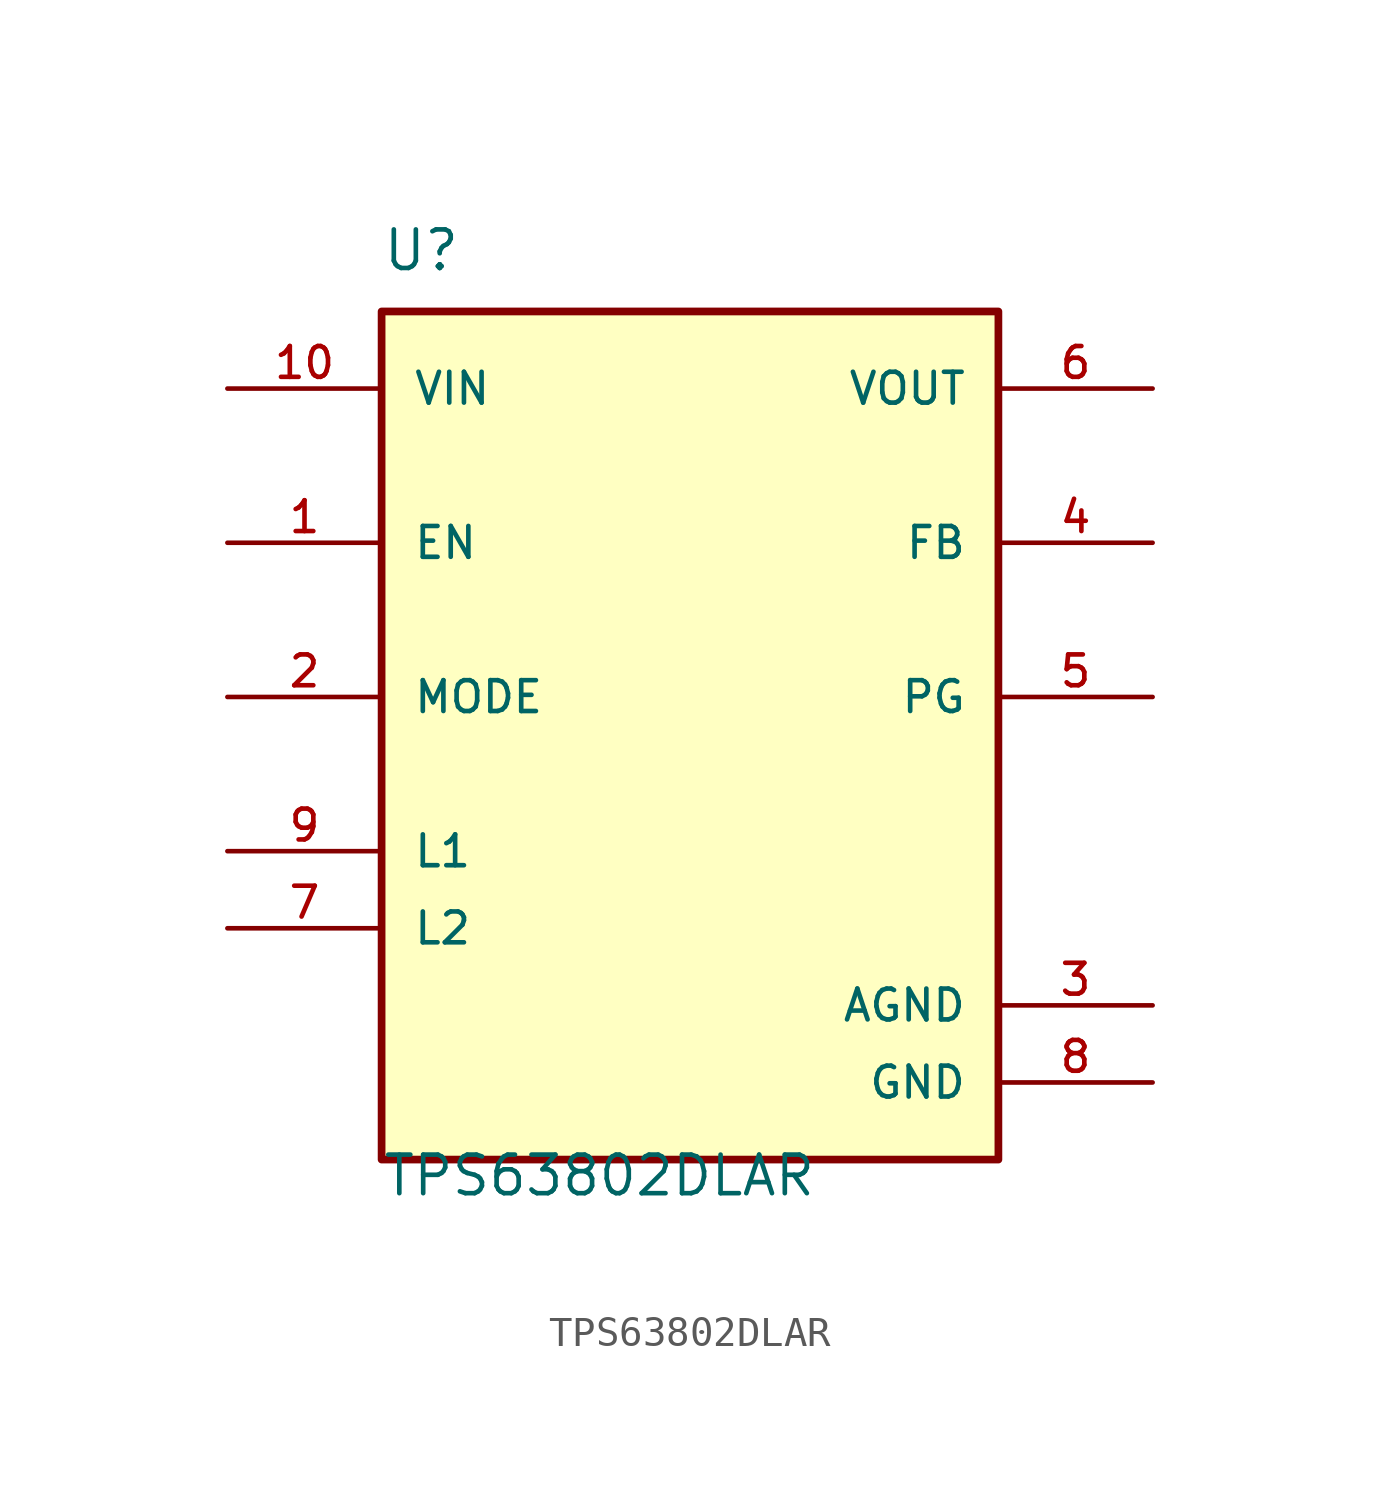
<source format=kicad_sym>
(kicad_symbol_lib
  (version 20211014)
  (generator kicad_symbol_editor)
  (symbol "TPS63802DLAR"
    (pin_names
      (offset 1.016))
    (property "Reference" "U"
      (at -10.16 13.97 0)
      (effects (font (size 1.27 1.27)) (justify left bottom)))
    (property "Value" "TPS63802DLAR"
      (at -10.16 -16.51 0)
      (effects (font (size 1.27 1.27)) (justify left bottom)))
    (property "ki_locked" ""
      (at 0 0 0)
      (effects (font (size 1.27 1.27))))
    (symbol "TPS63802DLAR_0_0"
      (rectangle (start -10.16 -15.24) (end 10.16 12.7) (stroke (width 0.254) (type default) (color 0 0 0 0)) (fill (type background)))
      (pin input line (at -15.24 5.08 0) (length 5.08) (name "EN" (effects (font (size 1.016 1.016)))) (number "1" (effects (font (size 1.016 1.016)))))
      (pin power_in line (at -15.24 10.16 0) (length 5.08) (name "VIN" (effects (font (size 1.016 1.016)))) (number "10" (effects (font (size 1.016 1.016)))))
      (pin input line (at -15.24 0 0) (length 5.08) (name "MODE" (effects (font (size 1.016 1.016)))) (number "2" (effects (font (size 1.016 1.016)))))
      (pin power_in line (at 15.24 -10.16 180) (length 5.08) (name "AGND" (effects (font (size 1.016 1.016)))) (number "3" (effects (font (size 1.016 1.016)))))
      (pin input line (at 15.24 5.08 180) (length 5.08) (name "FB" (effects (font (size 1.016 1.016)))) (number "4" (effects (font (size 1.016 1.016)))))
      (pin output line (at 15.24 0 180) (length 5.08) (name "PG" (effects (font (size 1.016 1.016)))) (number "5" (effects (font (size 1.016 1.016)))))
      (pin power_out line (at 15.24 10.16 180) (length 5.08) (name "VOUT" (effects (font (size 1.016 1.016)))) (number "6" (effects (font (size 1.016 1.016)))))
      (pin passive line (at -15.24 -7.62 0) (length 5.08) (name "L2" (effects (font (size 1.016 1.016)))) (number "7" (effects (font (size 1.016 1.016)))))
      (pin power_in line (at 15.24 -12.7 180) (length 5.08) (name "GND" (effects (font (size 1.016 1.016)))) (number "8" (effects (font (size 1.016 1.016)))))
      (pin passive line (at -15.24 -5.08 0) (length 5.08) (name "L1" (effects (font (size 1.016 1.016)))) (number "9" (effects (font (size 1.016 1.016))))))))
</source>
